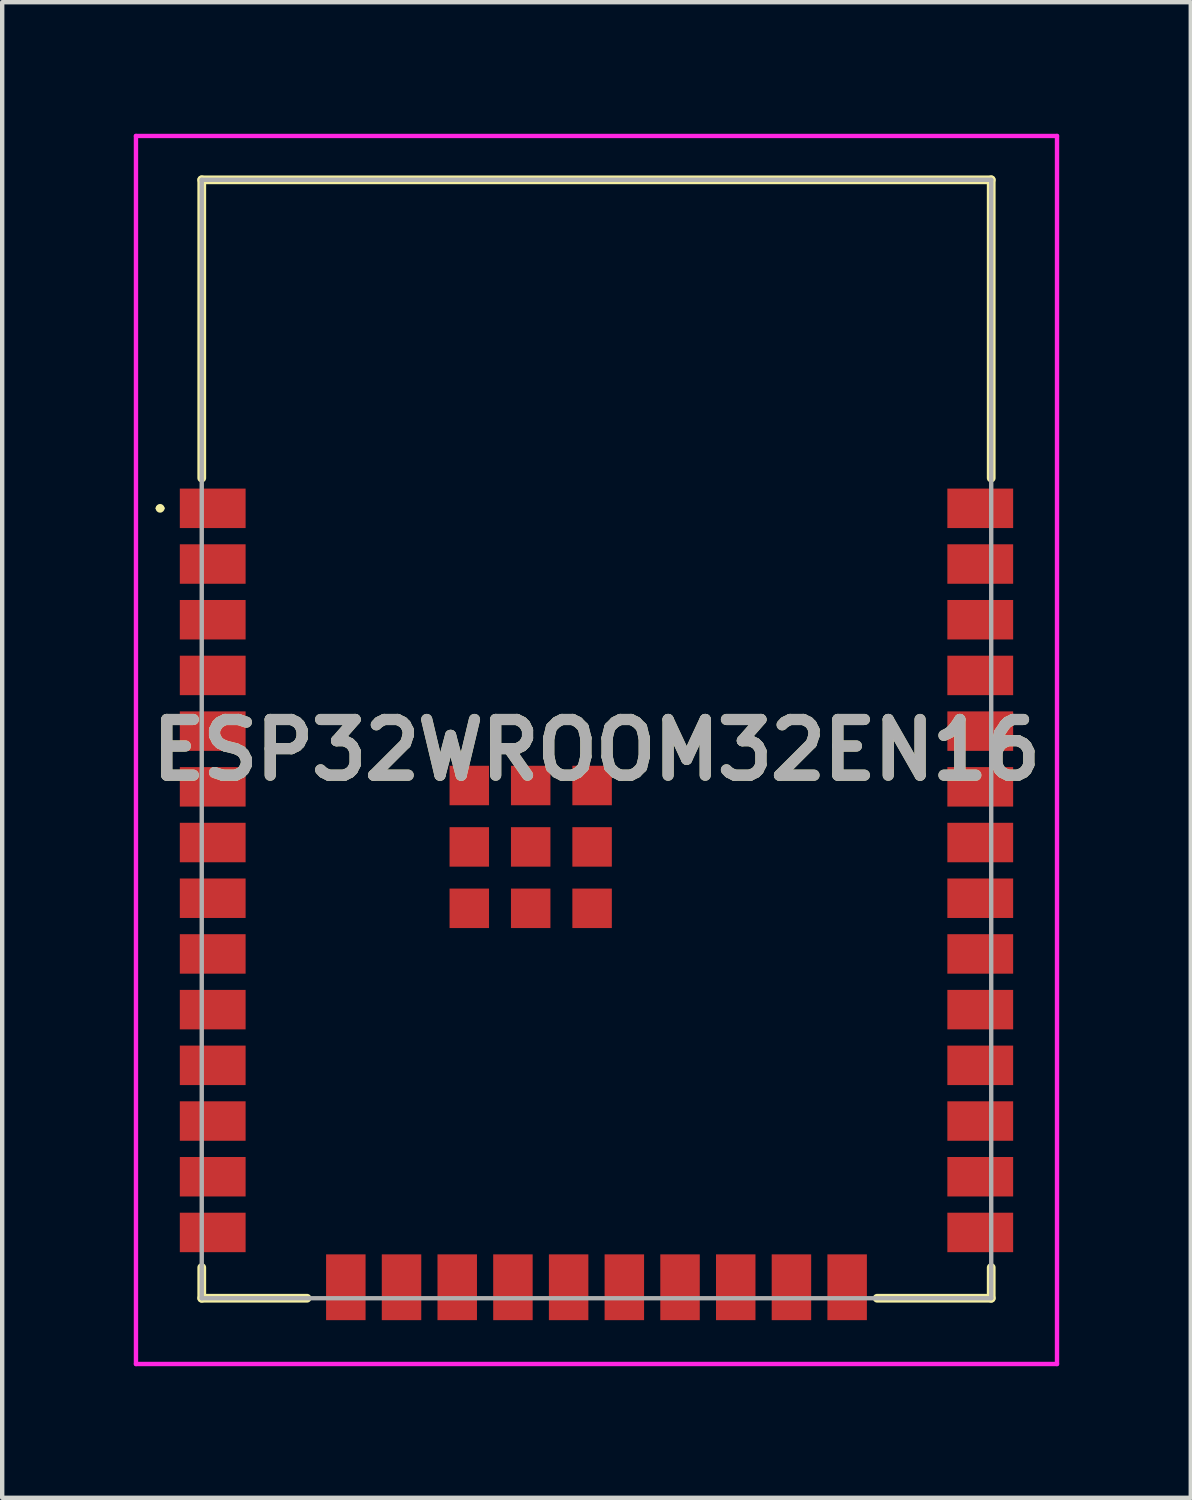
<source format=kicad_pcb>
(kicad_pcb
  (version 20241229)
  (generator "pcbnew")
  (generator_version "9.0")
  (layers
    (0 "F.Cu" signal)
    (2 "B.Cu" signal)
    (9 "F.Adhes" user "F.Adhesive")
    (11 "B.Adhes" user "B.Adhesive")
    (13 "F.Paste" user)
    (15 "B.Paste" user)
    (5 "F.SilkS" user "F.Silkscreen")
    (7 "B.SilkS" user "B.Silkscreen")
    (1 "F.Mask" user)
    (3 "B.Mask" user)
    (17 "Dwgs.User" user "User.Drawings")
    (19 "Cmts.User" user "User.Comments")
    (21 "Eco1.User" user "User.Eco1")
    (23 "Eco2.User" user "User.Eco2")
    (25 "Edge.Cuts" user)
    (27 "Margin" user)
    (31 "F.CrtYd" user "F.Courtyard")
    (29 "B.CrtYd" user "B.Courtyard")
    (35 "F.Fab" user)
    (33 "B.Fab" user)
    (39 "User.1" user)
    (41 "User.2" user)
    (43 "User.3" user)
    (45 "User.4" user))
  (footprint "ESP32WROOM32EN16"
    (layer "F.Cu")
    (at 10.55 14.05)
    (property "Reference" "ESP32WROOM32EN16" (at 0 0 0) (layer "F.SilkS") (effects (font (size 1.27 1.27) (thickness 0.254))))
    (attr smd)
    (fp_line (start -10 -5.51) (end -10 -5.51) (stroke (width 0.1) (type solid)) (layer "F.SilkS"))
    (fp_line (start -9.9 -5.51) (end -9.9 -5.51) (stroke (width 0.1) (type solid)) (layer "F.SilkS"))
    (fp_line (start -9 -13) (end 9 -13) (stroke (width 0.2) (type solid)) (layer "F.SilkS"))
    (fp_line (start -9 -6.2) (end -9 -13) (stroke (width 0.2) (type solid)) (layer "F.SilkS"))
    (fp_line (start -9 11.8) (end -9 12.5) (stroke (width 0.2) (type solid)) (layer "F.SilkS"))
    (fp_line (start -9 12.5) (end -6.6 12.5) (stroke (width 0.2) (type solid)) (layer "F.SilkS"))
    (fp_line (start 6.4 12.5) (end 9 12.5) (stroke (width 0.2) (type solid)) (layer "F.SilkS"))
    (fp_line (start 9 -13) (end 9 -6.2) (stroke (width 0.2) (type solid)) (layer "F.SilkS"))
    (fp_line (start 9 12.5) (end 9 11.8) (stroke (width 0.2) (type solid)) (layer "F.SilkS"))
    (fp_arc (start -10 -5.51) (mid -9.95 -5.56) (end -9.9 -5.51) (stroke (width 0.1) (type solid)) (layer "F.SilkS"))
    (fp_arc (start -9.9 -5.51) (mid -9.95 -5.46) (end -10 -5.51) (stroke (width 0.1) (type solid)) (layer "F.SilkS"))
    (fp_line (start -10.5 -14) (end 10.5 -14) (stroke (width 0.1) (type solid)) (layer "F.CrtYd"))
    (fp_line (start -10.5 14) (end -10.5 -14) (stroke (width 0.1) (type solid)) (layer "F.CrtYd"))
    (fp_line (start 10.5 -14) (end 10.5 14) (stroke (width 0.1) (type solid)) (layer "F.CrtYd"))
    (fp_line (start 10.5 14) (end -10.5 14) (stroke (width 0.1) (type solid)) (layer "F.CrtYd"))
    (fp_line (start -9 -13) (end 9 -13) (stroke (width 0.1) (type solid)) (layer "F.Fab"))
    (fp_line (start -9 12.5) (end -9 -13) (stroke (width 0.1) (type solid)) (layer "F.Fab"))
    (fp_line (start 9 -13) (end 9 12.5) (stroke (width 0.1) (type solid)) (layer "F.Fab"))
    (fp_line (start 9 12.5) (end -9 12.5) (stroke (width 0.1) (type solid)) (layer "F.Fab"))
    (fp_text user "${REFERENCE}" (at 0 0 0) (layer "F.Fab") (effects (font (size 1.27 1.27) (thickness 0.254))))
    (pad "1" smd rect (at -8.75 -5.51 90) (size 0.9 1.5) (layers "F.Cu" "F.Mask" "F.Paste"))
    (pad "2" smd rect (at -8.75 -4.24 90) (size 0.9 1.5) (layers "F.Cu" "F.Mask" "F.Paste"))
    (pad "3" smd rect (at -8.75 -2.97 90) (size 0.9 1.5) (layers "F.Cu" "F.Mask" "F.Paste"))
    (pad "4" smd rect (at -8.75 -1.7 90) (size 0.9 1.5) (layers "F.Cu" "F.Mask" "F.Paste"))
    (pad "5" smd rect (at -8.75 -0.43 90) (size 0.9 1.5) (layers "F.Cu" "F.Mask" "F.Paste"))
    (pad "6" smd rect (at -8.75 0.84 90) (size 0.9 1.5) (layers "F.Cu" "F.Mask" "F.Paste"))
    (pad "7" smd rect (at -8.75 2.11 90) (size 0.9 1.5) (layers "F.Cu" "F.Mask" "F.Paste"))
    (pad "8" smd rect (at -8.75 3.38 90) (size 0.9 1.5) (layers "F.Cu" "F.Mask" "F.Paste"))
    (pad "9" smd rect (at -8.75 4.65 90) (size 0.9 1.5) (layers "F.Cu" "F.Mask" "F.Paste"))
    (pad "10" smd rect (at -8.75 5.92 90) (size 0.9 1.5) (layers "F.Cu" "F.Mask" "F.Paste"))
    (pad "11" smd rect (at -8.75 7.19 90) (size 0.9 1.5) (layers "F.Cu" "F.Mask" "F.Paste"))
    (pad "12" smd rect (at -8.75 8.46 90) (size 0.9 1.5) (layers "F.Cu" "F.Mask" "F.Paste"))
    (pad "13" smd rect (at -8.75 9.73 90) (size 0.9 1.5) (layers "F.Cu" "F.Mask" "F.Paste"))
    (pad "14" smd rect (at -8.75 11 90) (size 0.9 1.5) (layers "F.Cu" "F.Mask" "F.Paste"))
    (pad "15" smd rect (at -5.715 12.25) (size 0.9 1.5) (layers "F.Cu" "F.Mask" "F.Paste"))
    (pad "16" smd rect (at -4.445 12.25) (size 0.9 1.5) (layers "F.Cu" "F.Mask" "F.Paste"))
    (pad "17" smd rect (at -3.175 12.25) (size 0.9 1.5) (layers "F.Cu" "F.Mask" "F.Paste"))
    (pad "18" smd rect (at -1.905 12.25) (size 0.9 1.5) (layers "F.Cu" "F.Mask" "F.Paste"))
    (pad "19" smd rect (at -0.635 12.25) (size 0.9 1.5) (layers "F.Cu" "F.Mask" "F.Paste"))
    (pad "20" smd rect (at 0.635 12.25) (size 0.9 1.5) (layers "F.Cu" "F.Mask" "F.Paste"))
    (pad "21" smd rect (at 1.905 12.25) (size 0.9 1.5) (layers "F.Cu" "F.Mask" "F.Paste"))
    (pad "22" smd rect (at 3.175 12.25) (size 0.9 1.5) (layers "F.Cu" "F.Mask" "F.Paste"))
    (pad "23" smd rect (at 4.445 12.25) (size 0.9 1.5) (layers "F.Cu" "F.Mask" "F.Paste"))
    (pad "24" smd rect (at 5.715 12.25) (size 0.9 1.5) (layers "F.Cu" "F.Mask" "F.Paste"))
    (pad "25" smd rect (at 8.75 11 90) (size 0.9 1.5) (layers "F.Cu" "F.Mask" "F.Paste"))
    (pad "26" smd rect (at 8.75 9.73 90) (size 0.9 1.5) (layers "F.Cu" "F.Mask" "F.Paste"))
    (pad "27" smd rect (at 8.75 8.46 90) (size 0.9 1.5) (layers "F.Cu" "F.Mask" "F.Paste"))
    (pad "28" smd rect (at 8.75 7.19 90) (size 0.9 1.5) (layers "F.Cu" "F.Mask" "F.Paste"))
    (pad "29" smd rect (at 8.75 5.92 90) (size 0.9 1.5) (layers "F.Cu" "F.Mask" "F.Paste"))
    (pad "30" smd rect (at 8.75 4.65 90) (size 0.9 1.5) (layers "F.Cu" "F.Mask" "F.Paste"))
    (pad "31" smd rect (at 8.75 3.38 90) (size 0.9 1.5) (layers "F.Cu" "F.Mask" "F.Paste"))
    (pad "32" smd rect (at 8.75 2.11 90) (size 0.9 1.5) (layers "F.Cu" "F.Mask" "F.Paste"))
    (pad "33" smd rect (at 8.75 0.84 90) (size 0.9 1.5) (layers "F.Cu" "F.Mask" "F.Paste"))
    (pad "34" smd rect (at 8.75 -0.43 90) (size 0.9 1.5) (layers "F.Cu" "F.Mask" "F.Paste"))
    (pad "35" smd rect (at 8.75 -1.7 90) (size 0.9 1.5) (layers "F.Cu" "F.Mask" "F.Paste"))
    (pad "36" smd rect (at 8.75 -2.97 90) (size 0.9 1.5) (layers "F.Cu" "F.Mask" "F.Paste"))
    (pad "37" smd rect (at 8.75 -4.24 90) (size 0.9 1.5) (layers "F.Cu" "F.Mask" "F.Paste"))
    (pad "38" smd rect (at 8.75 -5.51 90) (size 0.9 1.5) (layers "F.Cu" "F.Mask" "F.Paste"))
    (pad "39" smd rect (at -1.5 2.21) (size 0.9 0.9) (layers "F.Cu" "F.Mask" "F.Paste"))
    (pad "40" smd rect (at -1.5 0.81) (size 0.9 0.9) (layers "F.Cu" "F.Mask" "F.Paste"))
    (pad "41" smd rect (at -2.9 0.81) (size 0.9 0.9) (layers "F.Cu" "F.Mask" "F.Paste"))
    (pad "42" smd rect (at -2.9 2.21) (size 0.9 0.9) (layers "F.Cu" "F.Mask" "F.Paste"))
    (pad "43" smd rect (at -2.9 3.61) (size 0.9 0.9) (layers "F.Cu" "F.Mask" "F.Paste"))
    (pad "44" smd rect (at -1.5 3.61) (size 0.9 0.9) (layers "F.Cu" "F.Mask" "F.Paste"))
    (pad "45" smd rect (at -0.1 3.61) (size 0.9 0.9) (layers "F.Cu" "F.Mask" "F.Paste"))
    (pad "46" smd rect (at -0.1 2.21) (size 0.9 0.9) (layers "F.Cu" "F.Mask" "F.Paste"))
    (pad "47" smd rect (at -0.1 0.81) (size 0.9 0.9) (layers "F.Cu" "F.Mask" "F.Paste")))
  (gr_rect
    (start -3 -3)
    (end 24.1 31.1)
    (stroke (width 0.1) (type default))
    (fill no)
    (layer "Edge.Cuts")))
</source>
